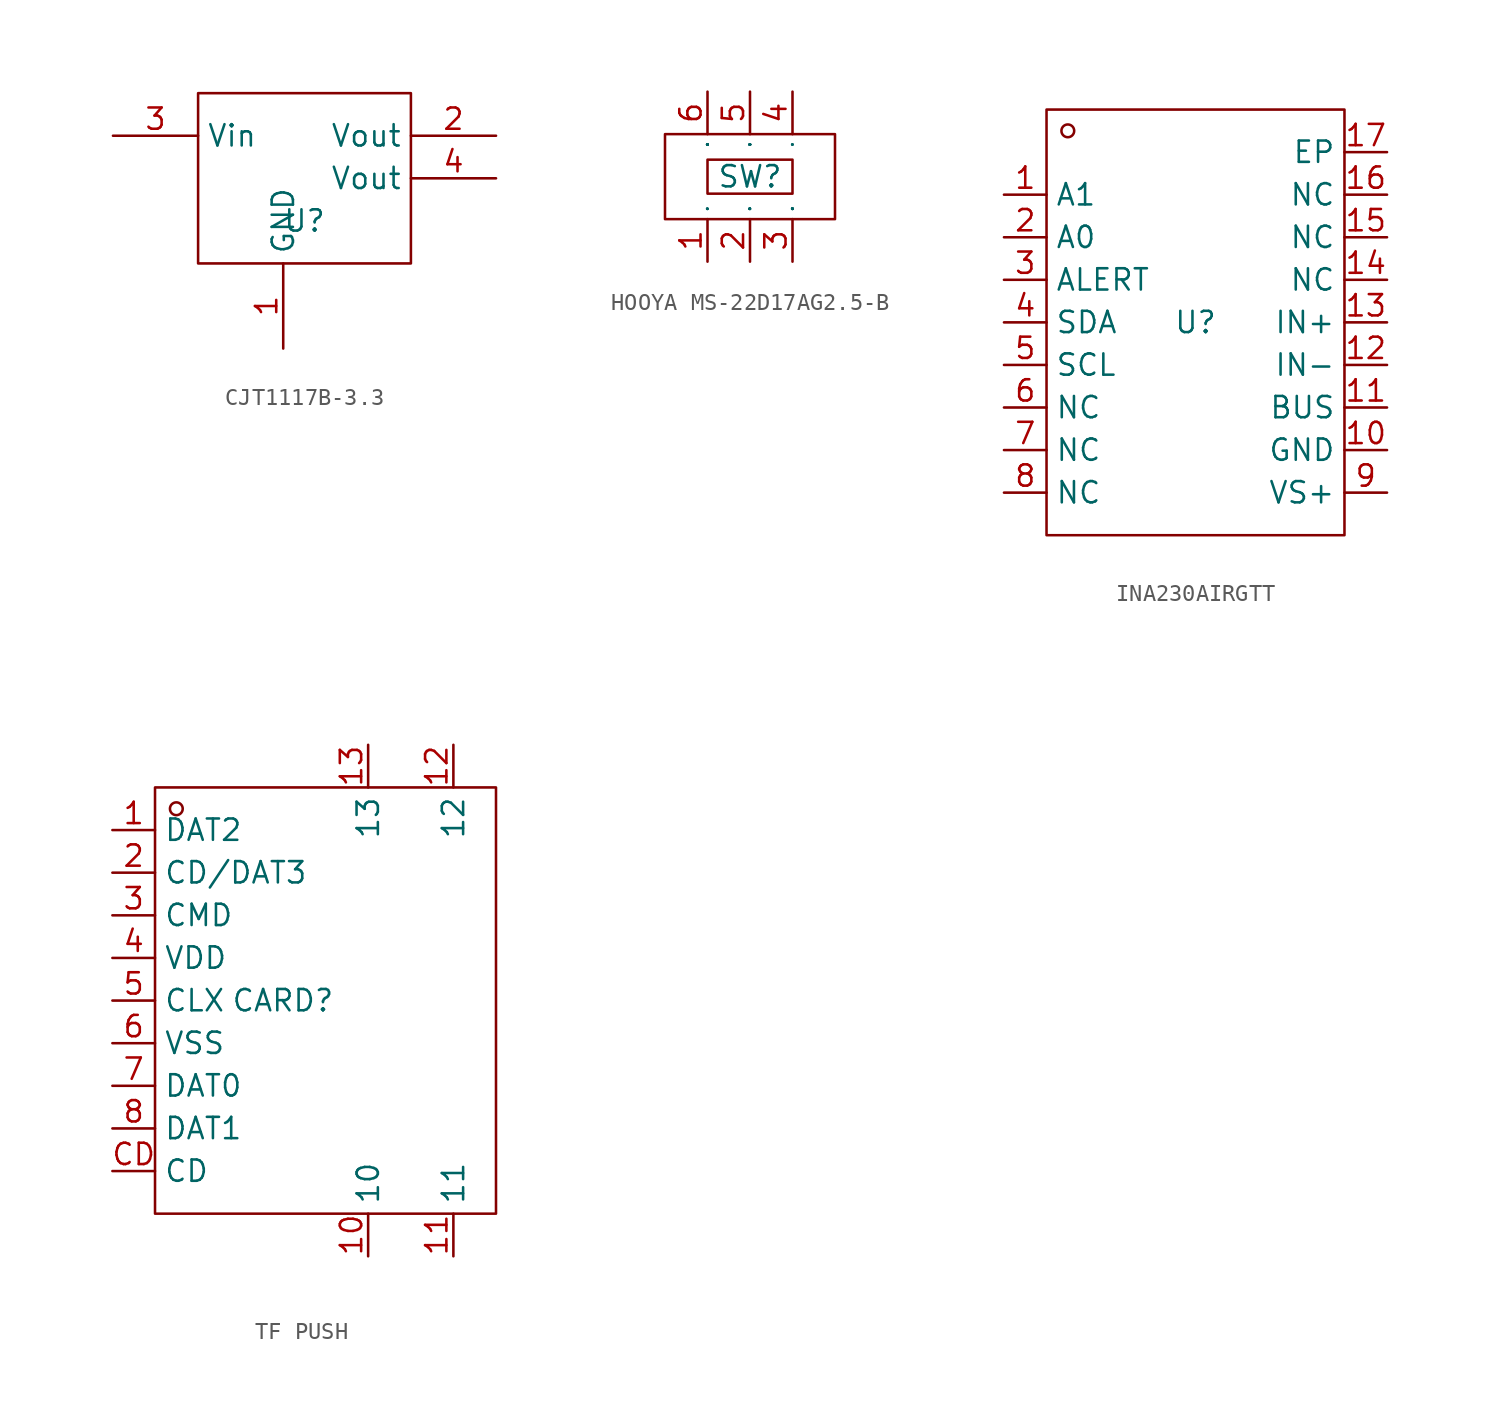
<source format=kicad_sym>
(kicad_symbol_lib
  (version 20241209)
  (generator "kicad_symbol_editor")
  (generator_version "9.0")
  (symbol "CJT1117B-3.3"
    (property "Reference" "U"
      (at 0 0 0)
      (effects (font (size 1.27 1.27))))
    (property "Value" ""
      (at 0 0 0)
      (effects (font (size 1.27 1.27))))
    (symbol "CJT1117B-3.3_1_0"
      (rectangle (start -6.35 -2.54) (end 6.35 7.62) (stroke (width 0) (type default)) (fill (type none)))
      (pin unspecified line (at -11.43 5.08 0) (length 5.08) (name "Vin" (effects (font (size 1.27 1.27)))) (number "3" (effects (font (size 1.27 1.27)))))
      (pin unspecified line (at -1.27 -7.62 90) (length 5.08) (name "GND" (effects (font (size 1.27 1.27)))) (number "1" (effects (font (size 1.27 1.27)))))
      (pin unspecified line (at 11.43 5.08 180) (length 5.08) (name "Vout" (effects (font (size 1.27 1.27)))) (number "2" (effects (font (size 1.27 1.27)))))
      (pin unspecified line (at 11.43 2.54 180) (length 5.08) (name "Vout" (effects (font (size 1.27 1.27)))) (number "4" (effects (font (size 1.27 1.27)))))))
  (symbol "HOOYA MS-22D17AG2.5-B"
    (property "Reference" "SW"
      (at 0 0 0)
      (effects (font (size 1.27 1.27))))
    (property "Value" ""
      (at 0 0 0)
      (effects (font (size 1.27 1.27))))
    (symbol "HOOYA MS-22D17AG2.5-B_1_0"
      (rectangle (start -5.08 -2.54) (end 5.08 2.54) (stroke (width 0) (type default)) (fill (type none)))
      (rectangle (start -2.54 -1.016) (end 2.54 1.016) (stroke (width 0) (type default)) (fill (type none)))
      (pin unspecified line (at -2.54 5.08 270) (length 2.54) (name "6" (effects (font (size 0.025 0.025)))) (number "6" (effects (font (size 1.27 1.27)))))
      (pin unspecified line (at -2.54 -5.08 90) (length 2.54) (name "1" (effects (font (size 0.025 0.025)))) (number "1" (effects (font (size 1.27 1.27)))))
      (pin unspecified line (at 0 5.08 270) (length 2.54) (name "5" (effects (font (size 0.025 0.025)))) (number "5" (effects (font (size 1.27 1.27)))))
      (pin unspecified line (at 0 -5.08 90) (length 2.54) (name "2" (effects (font (size 0.025 0.025)))) (number "2" (effects (font (size 1.27 1.27)))))
      (pin unspecified line (at 2.54 5.08 270) (length 2.54) (name "4" (effects (font (size 0.025 0.025)))) (number "4" (effects (font (size 1.27 1.27)))))
      (pin unspecified line (at 2.54 -5.08 90) (length 2.54) (name "3" (effects (font (size 0.025 0.025)))) (number "3" (effects (font (size 1.27 1.27)))))))
  (symbol "INA230AIRGTT"
    (property "Reference" "U"
      (at 0 0 0)
      (effects (font (size 1.27 1.27))))
    (property "Value" ""
      (at 0 0 0)
      (effects (font (size 1.27 1.27))))
    (symbol "INA230AIRGTT_1_0"
      (rectangle (start -8.89 -12.7) (end 8.89 12.7) (stroke (width 0) (type default)) (fill (type none)))
      (circle (center -7.62 11.43) (radius 0.381) (stroke (width 0) (type default)) (fill (type none)))
      (pin unspecified line (at -11.43 7.62 0) (length 2.54) (name "A1" (effects (font (size 1.27 1.27)))) (number "1" (effects (font (size 1.27 1.27)))))
      (pin unspecified line (at -11.43 5.08 0) (length 2.54) (name "A0" (effects (font (size 1.27 1.27)))) (number "2" (effects (font (size 1.27 1.27)))))
      (pin unspecified line (at -11.43 2.54 0) (length 2.54) (name "ALERT" (effects (font (size 1.27 1.27)))) (number "3" (effects (font (size 1.27 1.27)))))
      (pin unspecified line (at -11.43 0 0) (length 2.54) (name "SDA" (effects (font (size 1.27 1.27)))) (number "4" (effects (font (size 1.27 1.27)))))
      (pin unspecified line (at -11.43 -2.54 0) (length 2.54) (name "SCL" (effects (font (size 1.27 1.27)))) (number "5" (effects (font (size 1.27 1.27)))))
      (pin unspecified line (at -11.43 -5.08 0) (length 2.54) (name "NC" (effects (font (size 1.27 1.27)))) (number "6" (effects (font (size 1.27 1.27)))))
      (pin unspecified line (at -11.43 -7.62 0) (length 2.54) (name "NC" (effects (font (size 1.27 1.27)))) (number "7" (effects (font (size 1.27 1.27)))))
      (pin unspecified line (at -11.43 -10.16 0) (length 2.54) (name "NC" (effects (font (size 1.27 1.27)))) (number "8" (effects (font (size 1.27 1.27)))))
      (pin unspecified line (at 11.43 10.16 180) (length 2.54) (name "EP" (effects (font (size 1.27 1.27)))) (number "17" (effects (font (size 1.27 1.27)))))
      (pin unspecified line (at 11.43 7.62 180) (length 2.54) (name "NC" (effects (font (size 1.27 1.27)))) (number "16" (effects (font (size 1.27 1.27)))))
      (pin unspecified line (at 11.43 5.08 180) (length 2.54) (name "NC" (effects (font (size 1.27 1.27)))) (number "15" (effects (font (size 1.27 1.27)))))
      (pin unspecified line (at 11.43 2.54 180) (length 2.54) (name "NC" (effects (font (size 1.27 1.27)))) (number "14" (effects (font (size 1.27 1.27)))))
      (pin unspecified line (at 11.43 0 180) (length 2.54) (name "IN+" (effects (font (size 1.27 1.27)))) (number "13" (effects (font (size 1.27 1.27)))))
      (pin unspecified line (at 11.43 -2.54 180) (length 2.54) (name "IN-" (effects (font (size 1.27 1.27)))) (number "12" (effects (font (size 1.27 1.27)))))
      (pin unspecified line (at 11.43 -5.08 180) (length 2.54) (name "BUS" (effects (font (size 1.27 1.27)))) (number "11" (effects (font (size 1.27 1.27)))))
      (pin unspecified line (at 11.43 -7.62 180) (length 2.54) (name "GND" (effects (font (size 1.27 1.27)))) (number "10" (effects (font (size 1.27 1.27)))))
      (pin unspecified line (at 11.43 -10.16 180) (length 2.54) (name "VS+" (effects (font (size 1.27 1.27)))) (number "9" (effects (font (size 1.27 1.27)))))))
  (symbol "TF PUSH"
    (property "Reference" "CARD"
      (at 0 0 0)
      (effects (font (size 1.27 1.27))))
    (property "Value" ""
      (at 0 0 0)
      (effects (font (size 1.27 1.27))))
    (symbol "TF PUSH_1_0"
      (rectangle (start -7.62 -12.7) (end 12.7 12.7) (stroke (width 0) (type default)) (fill (type none)))
      (circle (center -6.35 11.43) (radius 0.381) (stroke (width 0) (type default)) (fill (type none)))
      (pin unspecified line (at -10.16 10.16 0) (length 2.54) (name "DAT2" (effects (font (size 1.27 1.27)))) (number "1" (effects (font (size 1.27 1.27)))))
      (pin unspecified line (at -10.16 7.62 0) (length 2.54) (name "CD/DAT3" (effects (font (size 1.27 1.27)))) (number "2" (effects (font (size 1.27 1.27)))))
      (pin unspecified line (at -10.16 5.08 0) (length 2.54) (name "CMD" (effects (font (size 1.27 1.27)))) (number "3" (effects (font (size 1.27 1.27)))))
      (pin unspecified line (at -10.16 2.54 0) (length 2.54) (name "VDD" (effects (font (size 1.27 1.27)))) (number "4" (effects (font (size 1.27 1.27)))))
      (pin unspecified line (at -10.16 0 0) (length 2.54) (name "CLX" (effects (font (size 1.27 1.27)))) (number "5" (effects (font (size 1.27 1.27)))))
      (pin unspecified line (at -10.16 -2.54 0) (length 2.54) (name "VSS" (effects (font (size 1.27 1.27)))) (number "6" (effects (font (size 1.27 1.27)))))
      (pin unspecified line (at -10.16 -5.08 0) (length 2.54) (name "DAT0" (effects (font (size 1.27 1.27)))) (number "7" (effects (font (size 1.27 1.27)))))
      (pin unspecified line (at -10.16 -7.62 0) (length 2.54) (name "DAT1" (effects (font (size 1.27 1.27)))) (number "8" (effects (font (size 1.27 1.27)))))
      (pin unspecified line (at -10.16 -10.16 0) (length 2.54) (name "CD" (effects (font (size 1.27 1.27)))) (number "CD" (effects (font (size 1.27 1.27)))))
      (pin unspecified line (at 5.08 15.24 270) (length 2.54) (name "13" (effects (font (size 1.27 1.27)))) (number "13" (effects (font (size 1.27 1.27)))))
      (pin unspecified line (at 5.08 -15.24 90) (length 2.54) (name "10" (effects (font (size 1.27 1.27)))) (number "10" (effects (font (size 1.27 1.27)))))
      (pin unspecified line (at 10.16 15.24 270) (length 2.54) (name "12" (effects (font (size 1.27 1.27)))) (number "12" (effects (font (size 1.27 1.27)))))
      (pin unspecified line (at 10.16 -15.24 90) (length 2.54) (name "11" (effects (font (size 1.27 1.27)))) (number "11" (effects (font (size 1.27 1.27))))))))
</source>
